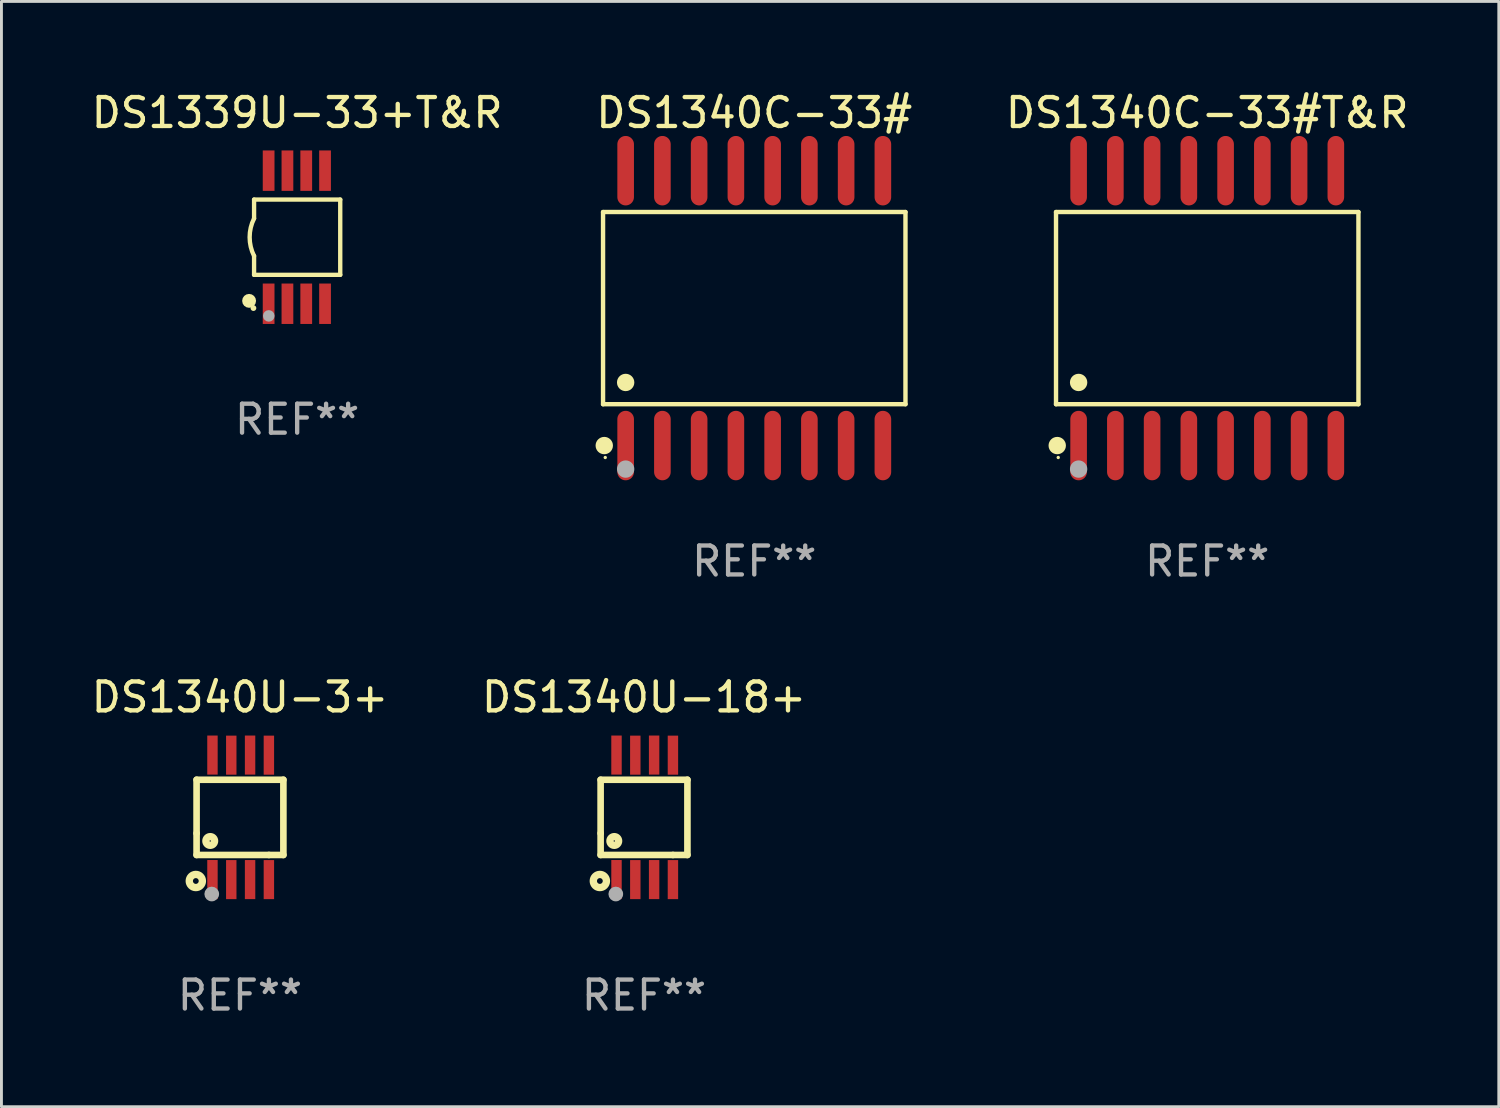
<source format=kicad_pcb>
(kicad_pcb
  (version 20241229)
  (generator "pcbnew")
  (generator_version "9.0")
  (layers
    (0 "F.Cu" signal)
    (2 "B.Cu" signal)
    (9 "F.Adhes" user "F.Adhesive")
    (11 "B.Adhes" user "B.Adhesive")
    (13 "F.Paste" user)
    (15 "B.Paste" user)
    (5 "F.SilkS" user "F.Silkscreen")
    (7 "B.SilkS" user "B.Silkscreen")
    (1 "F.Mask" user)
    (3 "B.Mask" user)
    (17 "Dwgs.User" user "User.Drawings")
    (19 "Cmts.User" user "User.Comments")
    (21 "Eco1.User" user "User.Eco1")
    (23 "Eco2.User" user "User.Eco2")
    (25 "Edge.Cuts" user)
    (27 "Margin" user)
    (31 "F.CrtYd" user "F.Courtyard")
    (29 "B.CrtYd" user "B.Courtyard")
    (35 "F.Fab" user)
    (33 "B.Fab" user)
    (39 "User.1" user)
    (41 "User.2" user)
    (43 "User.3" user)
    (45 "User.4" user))
  (footprint "DS1340C-33#T&R"
    (layer "F.Cu")
    (at 38.673 7.599)
    (property "Reference" "DS1340C-33#T&R" (at 0 -6.75 0) (layer "F.SilkS") (effects (font (size 1 1) (thickness 0.15))))
    (attr through_hole)
    (fp_line (start -5.226 -3.321) (end 5.226 -3.321) (stroke (width 0.152) (type solid)) (layer "F.SilkS"))
    (fp_line (start -5.226 3.321) (end -5.226 -3.321) (stroke (width 0.152) (type solid)) (layer "F.SilkS"))
    (fp_line (start 5.226 -3.321) (end 5.226 3.321) (stroke (width 0.152) (type solid)) (layer "F.SilkS"))
    (fp_line (start 5.226 3.321) (end -5.226 3.321) (stroke (width 0.152) (type solid)) (layer "F.SilkS"))
    (fp_circle (center -5.184 4.75) (end -5.034 4.75) (stroke (width 0.3) (type solid)) (fill no) (layer "F.SilkS"))
    (fp_circle (center -5.15 5.163) (end -5.12 5.163) (stroke (width 0.06) (type solid)) (fill no) (layer "F.SilkS"))
    (fp_circle (center -4.445 2.569) (end -4.295 2.569) (stroke (width 0.3) (type solid)) (fill no) (layer "F.SilkS"))
    (fp_circle (center -4.445 5.563) (end -4.295 5.563) (stroke (width 0.3) (type solid)) (fill no) (layer "F.Fab"))
    (fp_text user "REF**" (at 0 8.75 0) (layer "F.Fab") (effects (font (size 1 1) (thickness 0.15))))
    (pad "1" smd oval (at -4.445 4.75) (size 0.574 2.401) (layers "F.Cu" "F.Mask" "F.Paste"))
    (pad "2" smd oval (at -3.175 4.75) (size 0.574 2.401) (layers "F.Cu" "F.Mask" "F.Paste"))
    (pad "3" smd oval (at -1.905 4.75) (size 0.574 2.401) (layers "F.Cu" "F.Mask" "F.Paste"))
    (pad "4" smd oval (at -0.635 4.75) (size 0.574 2.401) (layers "F.Cu" "F.Mask" "F.Paste"))
    (pad "5" smd oval (at 0.635 4.75) (size 0.574 2.401) (layers "F.Cu" "F.Mask" "F.Paste"))
    (pad "6" smd oval (at 1.905 4.75) (size 0.574 2.401) (layers "F.Cu" "F.Mask" "F.Paste"))
    (pad "7" smd oval (at 3.175 4.75) (size 0.574 2.401) (layers "F.Cu" "F.Mask" "F.Paste"))
    (pad "8" smd oval (at 4.445 4.75) (size 0.574 2.401) (layers "F.Cu" "F.Mask" "F.Paste"))
    (pad "9" smd oval (at 4.445 -4.75) (size 0.574 2.401) (layers "F.Cu" "F.Mask" "F.Paste"))
    (pad "10" smd oval (at 3.175 -4.75) (size 0.574 2.401) (layers "F.Cu" "F.Mask" "F.Paste"))
    (pad "11" smd oval (at 1.905 -4.75) (size 0.574 2.401) (layers "F.Cu" "F.Mask" "F.Paste"))
    (pad "12" smd oval (at 0.635 -4.75) (size 0.574 2.401) (layers "F.Cu" "F.Mask" "F.Paste"))
    (pad "13" smd oval (at -0.635 -4.75) (size 0.574 2.401) (layers "F.Cu" "F.Mask" "F.Paste"))
    (pad "14" smd oval (at -1.905 -4.75) (size 0.574 2.401) (layers "F.Cu" "F.Mask" "F.Paste"))
    (pad "15" smd oval (at -3.175 -4.75) (size 0.574 2.401) (layers "F.Cu" "F.Mask" "F.Paste"))
    (pad "16" smd oval (at -4.445 -4.75) (size 0.574 2.401) (layers "F.Cu" "F.Mask" "F.Paste")))
  (footprint "DS1340U-3+"
    (layer "F.Cu")
    (at 5.244 25.198)
    (property "Reference" "DS1340U-3+" (at 0 -4.152 0) (layer "F.SilkS") (effects (font (size 1 1) (thickness 0.15))))
    (attr through_hole)
    (fp_line (start -1.5 1.301) (end 1 1.301) (stroke (width 0.229) (type solid)) (layer "F.SilkS"))
    (fp_line (start -1.5 -1.299) (end -1.5 0.551) (stroke (width 0.229) (type solid)) (layer "F.SilkS"))
    (fp_line (start -1.5 0.551) (end -1.5 1.301) (stroke (width 0.229) (type solid)) (layer "F.SilkS"))
    (fp_line (start 1 1.301) (end 1.5 1.301) (stroke (width 0.229) (type solid)) (layer "F.SilkS"))
    (fp_line (start 1.5 1.301) (end 1.5 -1.299) (stroke (width 0.229) (type solid)) (layer "F.SilkS"))
    (fp_line (start 1.5 -1.299) (end -1.5 -1.299) (stroke (width 0.229) (type solid)) (layer "F.SilkS"))
    (fp_circle (center -1.526 2.2) (end -1.426 2.2) (stroke (width 0.254) (type solid)) (fill no) (layer "F.SilkS"))
    (fp_circle (center -1.476 2.45) (end -1.446 2.45) (stroke (width 0.06) (type solid)) (fill no) (layer "F.SilkS"))
    (fp_circle (center -1.028 0.817) (end -0.878 0.817) (stroke (width 0.254) (type solid)) (fill no) (layer "F.SilkS"))
    (fp_circle (center -0.976 2.65) (end -0.849 2.65) (stroke (width 0.254) (type solid)) (fill no) (layer "F.Fab"))
    (fp_text user "REF**" (at 0 6.152 0) (layer "F.Fab") (effects (font (size 1 1) (thickness 0.15))))
    (pad "1" smd rect (at -0.951 2.15) (size 0.36 1.35) (layers "F.Cu" "F.Mask" "F.Paste"))
    (pad "2" smd rect (at -0.301 2.152) (size 0.36 1.35) (layers "F.Cu" "F.Mask" "F.Paste"))
    (pad "3" smd rect (at 0.349 2.151) (size 0.36 1.35) (layers "F.Cu" "F.Mask" "F.Paste"))
    (pad "4" smd rect (at 0.999 2.152) (size 0.36 1.35) (layers "F.Cu" "F.Mask" "F.Paste"))
    (pad "5" smd rect (at 0.999 -2.149) (size 0.36 1.35) (layers "F.Cu" "F.Mask" "F.Paste"))
    (pad "6" smd rect (at 0.349 -2.152) (size 0.36 1.35) (layers "F.Cu" "F.Mask" "F.Paste"))
    (pad "7" smd rect (at -0.301 -2.149) (size 0.36 1.35) (layers "F.Cu" "F.Mask" "F.Paste"))
    (pad "8" smd rect (at -0.951 -2.152) (size 0.36 1.35) (layers "F.Cu" "F.Mask" "F.Paste")))
  (footprint "DS1340C-33#"
    (layer "F.Cu")
    (at 23.018 7.599)
    (property "Reference" "DS1340C-33#" (at 0 -6.75 0) (layer "F.SilkS") (effects (font (size 1 1) (thickness 0.15))))
    (attr through_hole)
    (fp_line (start -5.226 -3.321) (end 5.226 -3.321) (stroke (width 0.152) (type solid)) (layer "F.SilkS"))
    (fp_line (start -5.226 3.321) (end -5.226 -3.321) (stroke (width 0.152) (type solid)) (layer "F.SilkS"))
    (fp_line (start 5.226 -3.321) (end 5.226 3.321) (stroke (width 0.152) (type solid)) (layer "F.SilkS"))
    (fp_line (start 5.226 3.321) (end -5.226 3.321) (stroke (width 0.152) (type solid)) (layer "F.SilkS"))
    (fp_circle (center -5.184 4.75) (end -5.034 4.75) (stroke (width 0.3) (type solid)) (fill no) (layer "F.SilkS"))
    (fp_circle (center -5.15 5.163) (end -5.12 5.163) (stroke (width 0.06) (type solid)) (fill no) (layer "F.SilkS"))
    (fp_circle (center -4.445 2.569) (end -4.295 2.569) (stroke (width 0.3) (type solid)) (fill no) (layer "F.SilkS"))
    (fp_circle (center -4.445 5.563) (end -4.295 5.563) (stroke (width 0.3) (type solid)) (fill no) (layer "F.Fab"))
    (fp_text user "REF**" (at 0 8.75 0) (layer "F.Fab") (effects (font (size 1 1) (thickness 0.15))))
    (pad "1" smd oval (at -4.445 4.75) (size 0.574 2.401) (layers "F.Cu" "F.Mask" "F.Paste"))
    (pad "2" smd oval (at -3.175 4.75) (size 0.574 2.401) (layers "F.Cu" "F.Mask" "F.Paste"))
    (pad "3" smd oval (at -1.905 4.75) (size 0.574 2.401) (layers "F.Cu" "F.Mask" "F.Paste"))
    (pad "4" smd oval (at -0.635 4.75) (size 0.574 2.401) (layers "F.Cu" "F.Mask" "F.Paste"))
    (pad "5" smd oval (at 0.635 4.75) (size 0.574 2.401) (layers "F.Cu" "F.Mask" "F.Paste"))
    (pad "6" smd oval (at 1.905 4.75) (size 0.574 2.401) (layers "F.Cu" "F.Mask" "F.Paste"))
    (pad "7" smd oval (at 3.175 4.75) (size 0.574 2.401) (layers "F.Cu" "F.Mask" "F.Paste"))
    (pad "8" smd oval (at 4.445 4.75) (size 0.574 2.401) (layers "F.Cu" "F.Mask" "F.Paste"))
    (pad "9" smd oval (at 4.445 -4.75) (size 0.574 2.401) (layers "F.Cu" "F.Mask" "F.Paste"))
    (pad "10" smd oval (at 3.175 -4.75) (size 0.574 2.401) (layers "F.Cu" "F.Mask" "F.Paste"))
    (pad "11" smd oval (at 1.905 -4.75) (size 0.574 2.401) (layers "F.Cu" "F.Mask" "F.Paste"))
    (pad "12" smd oval (at 0.635 -4.75) (size 0.574 2.401) (layers "F.Cu" "F.Mask" "F.Paste"))
    (pad "13" smd oval (at -0.635 -4.75) (size 0.574 2.401) (layers "F.Cu" "F.Mask" "F.Paste"))
    (pad "14" smd oval (at -1.905 -4.75) (size 0.574 2.401) (layers "F.Cu" "F.Mask" "F.Paste"))
    (pad "15" smd oval (at -3.175 -4.75) (size 0.574 2.401) (layers "F.Cu" "F.Mask" "F.Paste"))
    (pad "16" smd oval (at -4.445 -4.75) (size 0.574 2.401) (layers "F.Cu" "F.Mask" "F.Paste")))
  (footprint "DS1339U-33+T&R"
    (layer "F.Cu")
    (at 7.22 5.148)
    (property "Reference" "DS1339U-33+T&R" (at 0 -4.3 0) (layer "F.SilkS") (effects (font (size 1 1) (thickness 0.15))))
    (attr through_hole)
    (fp_line (start -1.489 -1.3) (end -1.489 -0.648) (stroke (width 0.15) (type solid)) (layer "F.SilkS"))
    (fp_line (start -1.489 0.648) (end -1.489 1.3) (stroke (width 0.15) (type solid)) (layer "F.SilkS"))
    (fp_line (start -1.489 1.3) (end 1.489 1.3) (stroke (width 0.15) (type solid)) (layer "F.SilkS"))
    (fp_line (start 1.489 -1.3) (end -1.489 -1.3) (stroke (width 0.15) (type solid)) (layer "F.SilkS"))
    (fp_line (start 1.489 1.3) (end 1.489 -1.3) (stroke (width 0.15) (type solid)) (layer "F.SilkS"))
    (fp_arc (start -1.489205 0.647702) (mid -1.642107 0) (end -1.489205 -0.647701) (stroke (width 0.150013) (type solid)) (layer "F.SilkS"))
    (fp_circle (center -1.661 2.2) (end -1.541 2.2) (stroke (width 0.24) (type solid)) (fill no) (layer "F.SilkS"))
    (fp_circle (center -1.511 2.45) (end -1.461 2.45) (stroke (width 0.1) (type solid)) (fill no) (layer "F.SilkS"))
    (fp_circle (center -0.981 2.72) (end -0.881 2.72) (stroke (width 0.2) (type solid)) (fill no) (layer "F.Fab"))
    (fp_text user "REF**" (at 0 6.3 0) (layer "F.Fab") (effects (font (size 1 1) (thickness 0.15))))
    (pad "1" smd rect (at -0.986 2.3) (size 0.406 1.397) (layers "F.Cu" "F.Mask" "F.Paste"))
    (pad "2" smd rect (at -0.336 2.3) (size 0.406 1.397) (layers "F.Cu" "F.Mask" "F.Paste"))
    (pad "3" smd rect (at 0.314 2.3) (size 0.406 1.397) (layers "F.Cu" "F.Mask" "F.Paste"))
    (pad "4" smd rect (at 0.964 2.3) (size 0.406 1.397) (layers "F.Cu" "F.Mask" "F.Paste"))
    (pad "5" smd rect (at 0.964 -2.3) (size 0.406 1.397) (layers "F.Cu" "F.Mask" "F.Paste"))
    (pad "6" smd rect (at 0.314 -2.3) (size 0.406 1.397) (layers "F.Cu" "F.Mask" "F.Paste"))
    (pad "7" smd rect (at -0.336 -2.3) (size 0.406 1.397) (layers "F.Cu" "F.Mask" "F.Paste"))
    (pad "8" smd rect (at -0.986 -2.3) (size 0.406 1.397) (layers "F.Cu" "F.Mask" "F.Paste")))
  (footprint "DS1340U-18+"
    (layer "F.Cu")
    (at 19.208 25.198)
    (property "Reference" "DS1340U-18+" (at 0 -4.152 0) (layer "F.SilkS") (effects (font (size 1 1) (thickness 0.15))))
    (attr through_hole)
    (fp_line (start -1.5 1.301) (end 1 1.301) (stroke (width 0.229) (type solid)) (layer "F.SilkS"))
    (fp_line (start -1.5 -1.299) (end -1.5 0.551) (stroke (width 0.229) (type solid)) (layer "F.SilkS"))
    (fp_line (start -1.5 0.551) (end -1.5 1.301) (stroke (width 0.229) (type solid)) (layer "F.SilkS"))
    (fp_line (start 1 1.301) (end 1.5 1.301) (stroke (width 0.229) (type solid)) (layer "F.SilkS"))
    (fp_line (start 1.5 1.301) (end 1.5 -1.299) (stroke (width 0.229) (type solid)) (layer "F.SilkS"))
    (fp_line (start 1.5 -1.299) (end -1.5 -1.299) (stroke (width 0.229) (type solid)) (layer "F.SilkS"))
    (fp_circle (center -1.526 2.2) (end -1.426 2.2) (stroke (width 0.254) (type solid)) (fill no) (layer "F.SilkS"))
    (fp_circle (center -1.476 2.45) (end -1.446 2.45) (stroke (width 0.06) (type solid)) (fill no) (layer "F.SilkS"))
    (fp_circle (center -1.028 0.817) (end -0.878 0.817) (stroke (width 0.254) (type solid)) (fill no) (layer "F.SilkS"))
    (fp_circle (center -0.976 2.65) (end -0.849 2.65) (stroke (width 0.254) (type solid)) (fill no) (layer "F.Fab"))
    (fp_text user "REF**" (at 0 6.152 0) (layer "F.Fab") (effects (font (size 1 1) (thickness 0.15))))
    (pad "1" smd rect (at -0.951 2.15) (size 0.36 1.35) (layers "F.Cu" "F.Mask" "F.Paste"))
    (pad "2" smd rect (at -0.301 2.152) (size 0.36 1.35) (layers "F.Cu" "F.Mask" "F.Paste"))
    (pad "3" smd rect (at 0.349 2.151) (size 0.36 1.35) (layers "F.Cu" "F.Mask" "F.Paste"))
    (pad "4" smd rect (at 0.999 2.152) (size 0.36 1.35) (layers "F.Cu" "F.Mask" "F.Paste"))
    (pad "5" smd rect (at 0.999 -2.149) (size 0.36 1.35) (layers "F.Cu" "F.Mask" "F.Paste"))
    (pad "6" smd rect (at 0.349 -2.152) (size 0.36 1.35) (layers "F.Cu" "F.Mask" "F.Paste"))
    (pad "7" smd rect (at -0.301 -2.149) (size 0.36 1.35) (layers "F.Cu" "F.Mask" "F.Paste"))
    (pad "8" smd rect (at -0.951 -2.152) (size 0.36 1.35) (layers "F.Cu" "F.Mask" "F.Paste")))
  (gr_rect
    (start -3 -3)
    (end 48.75 35.198)
    (stroke (width 0.1) (type default))
    (fill no)
    (layer "Edge.Cuts")))
</source>
